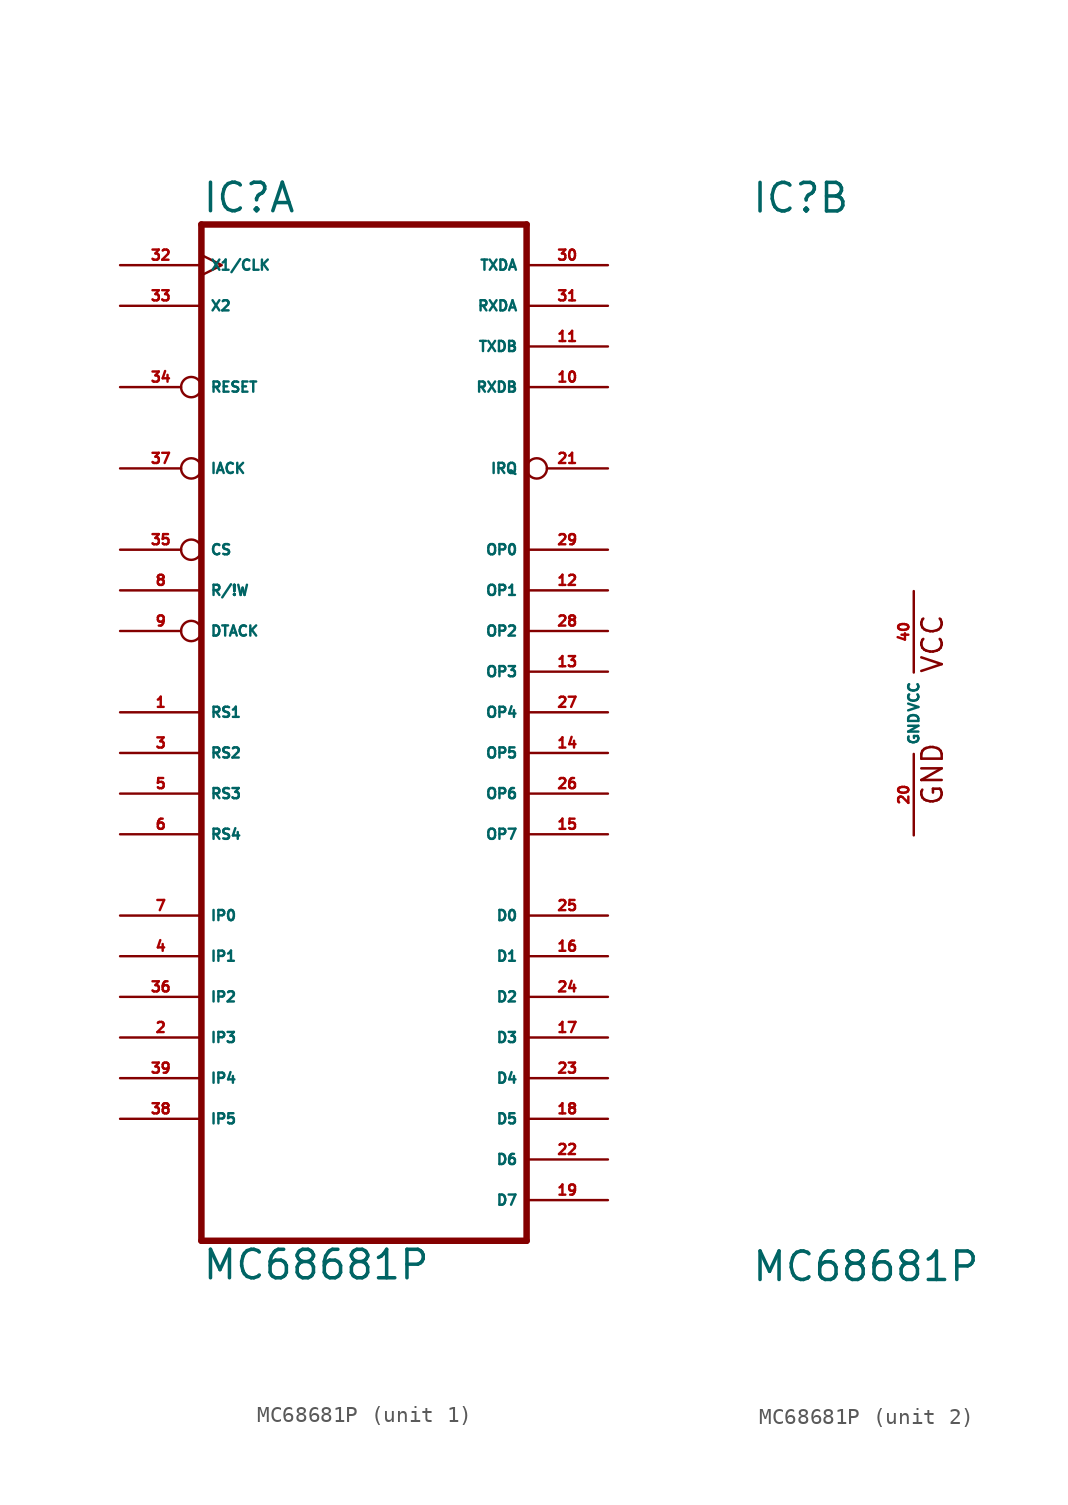
<source format=kicad_sym>
(kicad_symbol_lib
  (version 20220914)
  (generator Eagle2Kicad)
  (symbol "MC68681P"
    (property "Reference" "IC"
      (at -10.16 31.115 0)
      (effects (font (size 1.778 1.778) (thickness 0.22)) (justify left bottom)))
    (property "Value" "MC68681P"
      (at -10.16 -35.56 0)
      (effects (font (size 1.778 1.778) (thickness 0.22)) (justify left bottom)))
    (symbol "MC68681P_1_0"
      (polyline (pts (xy -10.16 -33.02) (xy 10.16 -33.02)) (stroke (width 0.406) (type default)) (fill (type none)))
      (polyline (pts (xy 10.16 30.48) (xy 10.16 -33.02)) (stroke (width 0.406) (type default)) (fill (type none)))
      (polyline (pts (xy 10.16 30.48) (xy -10.16 30.48)) (stroke (width 0.406) (type default)) (fill (type none)))
      (polyline (pts (xy -10.16 -33.02) (xy -10.16 30.48)) (stroke (width 0.406) (type default)) (fill (type none)))
      (pin input clock (at -15.24 27.94 0) (length 5.08) (name "X1/CLK" (effects (font (size 0.635 0.635) (thickness 0.08)) (justify left bottom))) (number "32" (effects (font (size 0.635 0.635) (thickness 0.08)) (justify left bottom))))
      (pin output line (at -15.24 25.4 0) (length 5.08) (name "X2" (effects (font (size 0.635 0.635) (thickness 0.08)) (justify left bottom))) (number "33" (effects (font (size 0.635 0.635) (thickness 0.08)) (justify left bottom))))
      (pin input inverted (at -15.24 20.32 0) (length 5.08) (name "RESET" (effects (font (size 0.635 0.635) (thickness 0.08)) (justify left bottom))) (number "34" (effects (font (size 0.635 0.635) (thickness 0.08)) (justify left bottom))))
      (pin input inverted (at -15.24 10.16 0) (length 5.08) (name "CS" (effects (font (size 0.635 0.635) (thickness 0.08)) (justify left bottom))) (number "35" (effects (font (size 0.635 0.635) (thickness 0.08)) (justify left bottom))))
      (pin input line (at -15.24 7.62 0) (length 5.08) (name "R/!W" (effects (font (size 0.635 0.635) (thickness 0.08)) (justify left bottom))) (number "8" (effects (font (size 0.635 0.635) (thickness 0.08)) (justify left bottom))))
      (pin output inverted (at -15.24 5.08 0) (length 5.08) (name "DTACK" (effects (font (size 0.635 0.635) (thickness 0.08)) (justify left bottom))) (number "9" (effects (font (size 0.635 0.635) (thickness 0.08)) (justify left bottom))))
      (pin input line (at -15.24 0 0) (length 5.08) (name "RS1" (effects (font (size 0.635 0.635) (thickness 0.08)) (justify left bottom))) (number "1" (effects (font (size 0.635 0.635) (thickness 0.08)) (justify left bottom))))
      (pin input line (at -15.24 -2.54 0) (length 5.08) (name "RS2" (effects (font (size 0.635 0.635) (thickness 0.08)) (justify left bottom))) (number "3" (effects (font (size 0.635 0.635) (thickness 0.08)) (justify left bottom))))
      (pin input line (at -15.24 -5.08 0) (length 5.08) (name "RS3" (effects (font (size 0.635 0.635) (thickness 0.08)) (justify left bottom))) (number "5" (effects (font (size 0.635 0.635) (thickness 0.08)) (justify left bottom))))
      (pin input line (at -15.24 -7.62 0) (length 5.08) (name "RS4" (effects (font (size 0.635 0.635) (thickness 0.08)) (justify left bottom))) (number "6" (effects (font (size 0.635 0.635) (thickness 0.08)) (justify left bottom))))
      (pin bidirectional line (at 15.24 -12.7 180) (length 5.08) (name "D0" (effects (font (size 0.635 0.635) (thickness 0.08)) (justify left bottom))) (number "25" (effects (font (size 0.635 0.635) (thickness 0.08)) (justify left bottom))))
      (pin bidirectional line (at 15.24 -15.24 180) (length 5.08) (name "D1" (effects (font (size 0.635 0.635) (thickness 0.08)) (justify left bottom))) (number "16" (effects (font (size 0.635 0.635) (thickness 0.08)) (justify left bottom))))
      (pin bidirectional line (at 15.24 -17.78 180) (length 5.08) (name "D2" (effects (font (size 0.635 0.635) (thickness 0.08)) (justify left bottom))) (number "24" (effects (font (size 0.635 0.635) (thickness 0.08)) (justify left bottom))))
      (pin bidirectional line (at 15.24 -20.32 180) (length 5.08) (name "D3" (effects (font (size 0.635 0.635) (thickness 0.08)) (justify left bottom))) (number "17" (effects (font (size 0.635 0.635) (thickness 0.08)) (justify left bottom))))
      (pin bidirectional line (at 15.24 -22.86 180) (length 5.08) (name "D4" (effects (font (size 0.635 0.635) (thickness 0.08)) (justify left bottom))) (number "23" (effects (font (size 0.635 0.635) (thickness 0.08)) (justify left bottom))))
      (pin bidirectional line (at 15.24 -25.4 180) (length 5.08) (name "D5" (effects (font (size 0.635 0.635) (thickness 0.08)) (justify left bottom))) (number "18" (effects (font (size 0.635 0.635) (thickness 0.08)) (justify left bottom))))
      (pin bidirectional line (at 15.24 -27.94 180) (length 5.08) (name "D6" (effects (font (size 0.635 0.635) (thickness 0.08)) (justify left bottom))) (number "22" (effects (font (size 0.635 0.635) (thickness 0.08)) (justify left bottom))))
      (pin bidirectional line (at 15.24 -30.48 180) (length 5.08) (name "D7" (effects (font (size 0.635 0.635) (thickness 0.08)) (justify left bottom))) (number "19" (effects (font (size 0.635 0.635) (thickness 0.08)) (justify left bottom))))
      (pin output line (at 15.24 27.94 180) (length 5.08) (name "TXDA" (effects (font (size 0.635 0.635) (thickness 0.08)) (justify left bottom))) (number "30" (effects (font (size 0.635 0.635) (thickness 0.08)) (justify left bottom))))
      (pin input line (at 15.24 25.4 180) (length 5.08) (name "RXDA" (effects (font (size 0.635 0.635) (thickness 0.08)) (justify left bottom))) (number "31" (effects (font (size 0.635 0.635) (thickness 0.08)) (justify left bottom))))
      (pin bidirectional line (at 15.24 22.86 180) (length 5.08) (name "TXDB" (effects (font (size 0.635 0.635) (thickness 0.08)) (justify left bottom))) (number "11" (effects (font (size 0.635 0.635) (thickness 0.08)) (justify left bottom))))
      (pin output line (at 15.24 20.32 180) (length 5.08) (name "RXDB" (effects (font (size 0.635 0.635) (thickness 0.08)) (justify left bottom))) (number "10" (effects (font (size 0.635 0.635) (thickness 0.08)) (justify left bottom))))
      (pin output line (at 15.24 -2.54 180) (length 5.08) (name "OP5" (effects (font (size 0.635 0.635) (thickness 0.08)) (justify left bottom))) (number "14" (effects (font (size 0.635 0.635) (thickness 0.08)) (justify left bottom))))
      (pin output line (at 15.24 -5.08 180) (length 5.08) (name "OP6" (effects (font (size 0.635 0.635) (thickness 0.08)) (justify left bottom))) (number "26" (effects (font (size 0.635 0.635) (thickness 0.08)) (justify left bottom))))
      (pin output line (at 15.24 -7.62 180) (length 5.08) (name "OP7" (effects (font (size 0.635 0.635) (thickness 0.08)) (justify left bottom))) (number "15" (effects (font (size 0.635 0.635) (thickness 0.08)) (justify left bottom))))
      (pin input line (at -15.24 -12.7 0) (length 5.08) (name "IP0" (effects (font (size 0.635 0.635) (thickness 0.08)) (justify left bottom))) (number "7" (effects (font (size 0.635 0.635) (thickness 0.08)) (justify left bottom))))
      (pin input line (at -15.24 -15.24 0) (length 5.08) (name "IP1" (effects (font (size 0.635 0.635) (thickness 0.08)) (justify left bottom))) (number "4" (effects (font (size 0.635 0.635) (thickness 0.08)) (justify left bottom))))
      (pin input line (at -15.24 -17.78 0) (length 5.08) (name "IP2" (effects (font (size 0.635 0.635) (thickness 0.08)) (justify left bottom))) (number "36" (effects (font (size 0.635 0.635) (thickness 0.08)) (justify left bottom))))
      (pin input line (at -15.24 -20.32 0) (length 5.08) (name "IP3" (effects (font (size 0.635 0.635) (thickness 0.08)) (justify left bottom))) (number "2" (effects (font (size 0.635 0.635) (thickness 0.08)) (justify left bottom))))
      (pin input line (at -15.24 -22.86 0) (length 5.08) (name "IP4" (effects (font (size 0.635 0.635) (thickness 0.08)) (justify left bottom))) (number "39" (effects (font (size 0.635 0.635) (thickness 0.08)) (justify left bottom))))
      (pin input line (at -15.24 -25.4 0) (length 5.08) (name "IP5" (effects (font (size 0.635 0.635) (thickness 0.08)) (justify left bottom))) (number "38" (effects (font (size 0.635 0.635) (thickness 0.08)) (justify left bottom))))
      (pin output inverted (at 15.24 15.24 180) (length 5.08) (name "IRQ" (effects (font (size 0.635 0.635) (thickness 0.08)) (justify left bottom))) (number "21" (effects (font (size 0.635 0.635) (thickness 0.08)) (justify left bottom))))
      (pin output line (at 15.24 0 180) (length 5.08) (name "OP4" (effects (font (size 0.635 0.635) (thickness 0.08)) (justify left bottom))) (number "27" (effects (font (size 0.635 0.635) (thickness 0.08)) (justify left bottom))))
      (pin output line (at 15.24 2.54 180) (length 5.08) (name "OP3" (effects (font (size 0.635 0.635) (thickness 0.08)) (justify left bottom))) (number "13" (effects (font (size 0.635 0.635) (thickness 0.08)) (justify left bottom))))
      (pin output line (at 15.24 5.08 180) (length 5.08) (name "OP2" (effects (font (size 0.635 0.635) (thickness 0.08)) (justify left bottom))) (number "28" (effects (font (size 0.635 0.635) (thickness 0.08)) (justify left bottom))))
      (pin output line (at 15.24 7.62 180) (length 5.08) (name "OP1" (effects (font (size 0.635 0.635) (thickness 0.08)) (justify left bottom))) (number "12" (effects (font (size 0.635 0.635) (thickness 0.08)) (justify left bottom))))
      (pin output line (at 15.24 10.16 180) (length 5.08) (name "OP0" (effects (font (size 0.635 0.635) (thickness 0.08)) (justify left bottom))) (number "29" (effects (font (size 0.635 0.635) (thickness 0.08)) (justify left bottom))))
      (pin input inverted (at -15.24 15.24 0) (length 5.08) (name "IACK" (effects (font (size 0.635 0.635) (thickness 0.08)) (justify left bottom))) (number "37" (effects (font (size 0.635 0.635) (thickness 0.08)) (justify left bottom)))))
    (symbol "MC68681P_2_0"
      (text "GND" (at 1.905 -5.842 900) (effects (font (size 1.27 1.27) (thickness 0.16)) (justify left bottom)))
      (text "VCC" (at 1.905 2.413 900) (effects (font (size 1.27 1.27) (thickness 0.16)) (justify left bottom)))
      (pin unspecified line (at 0 -7.62 90) (length 5.08) (name "GND" (effects (font (size 0.635 0.635) (thickness 0.08)) (justify left bottom))) (number "20" (effects (font (size 0.635 0.635) (thickness 0.08)) (justify left bottom))))
      (pin unspecified line (at 0 7.62 270) (length 5.08) (name "VCC" (effects (font (size 0.635 0.635) (thickness 0.08)) (justify left bottom))) (number "40" (effects (font (size 0.635 0.635) (thickness 0.08)) (justify left bottom)))))))
</source>
